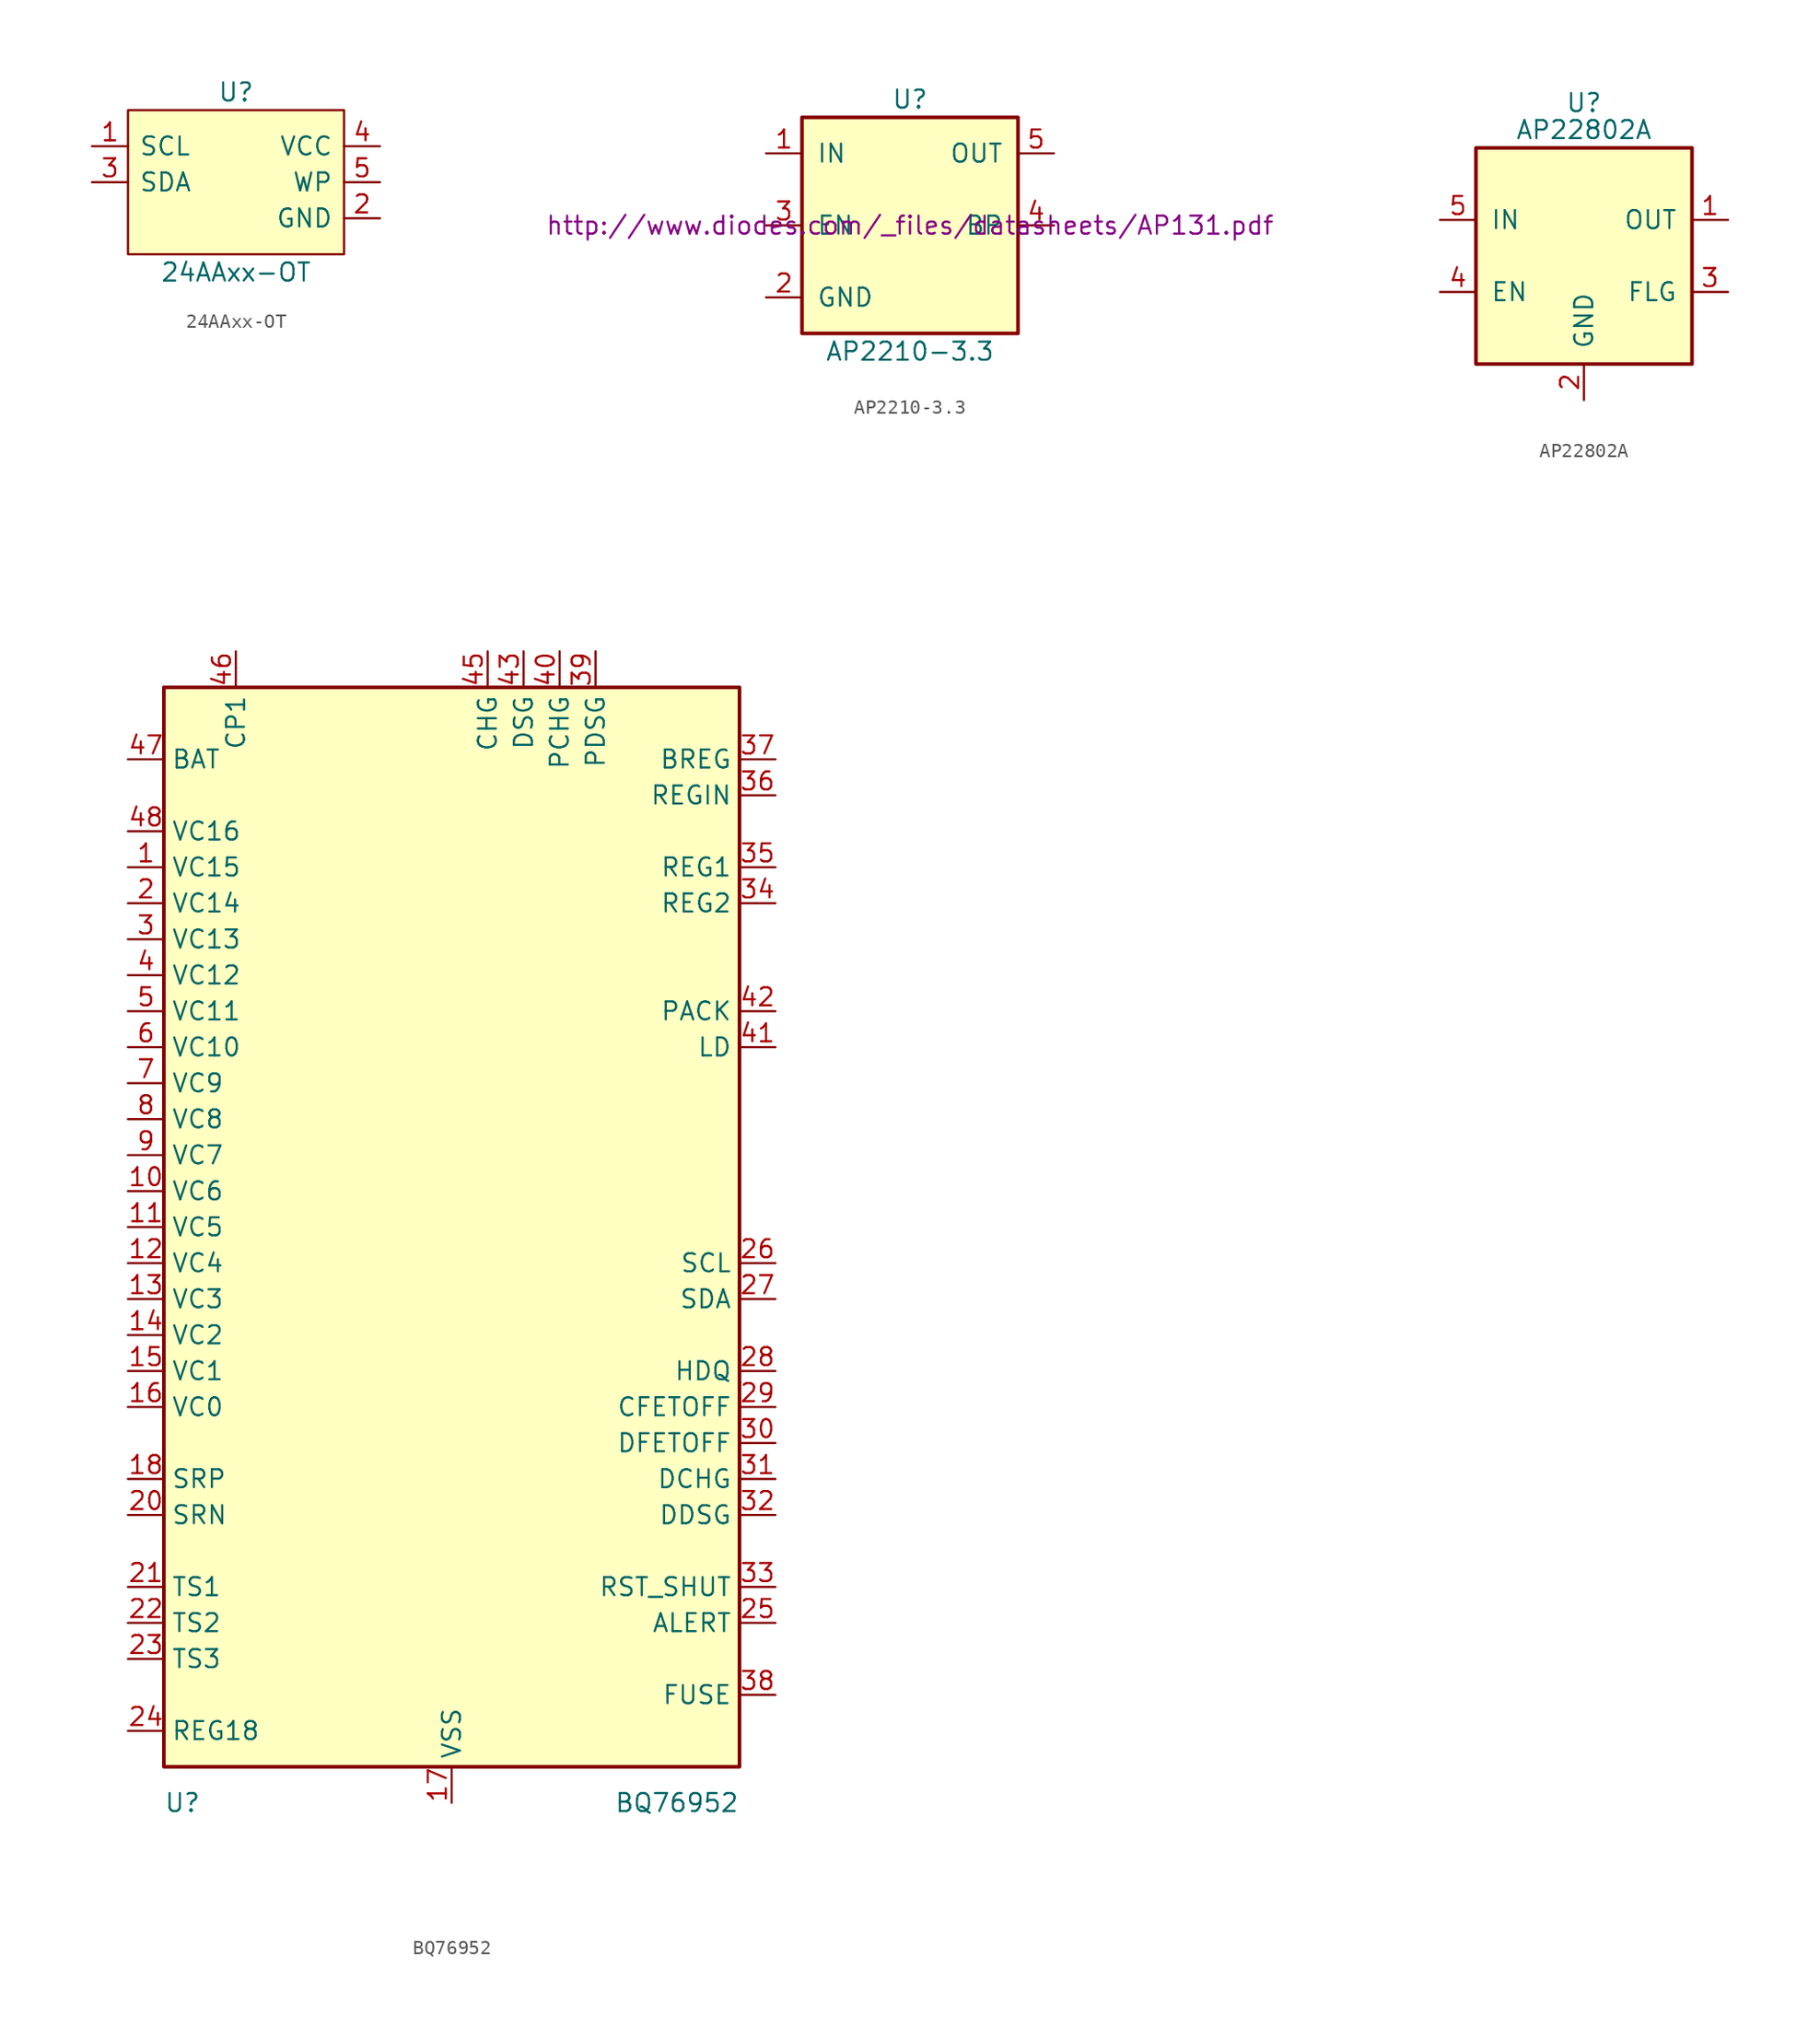
<source format=kicad_sym>
(kicad_symbol_lib
  (version 20220914)
  (generator kicad_symbol_editor)
  (symbol "24AAxx-OT"
    (pin_names
      (offset 0.762))
    (property "Reference" "U"
      (at 0 6.35 0)
      (effects (font (size 1.27 1.27))))
    (property "Value" "24AAxx-OT"
      (at 0 -6.35 0)
      (effects (font (size 1.27 1.27))))
    (property "Datasheet" ""
      (at 0 6.35 0)
      (effects (font (size 1.524 1.524))))
    (symbol "24AAxx-OT_1_0"
      (pin power_in line (at 10.16 -2.54 180) (length 2.54) (name "GND" (effects (font (size 1.27 1.27)))) (number "2" (effects (font (size 1.27 1.27)))))
      (pin power_in line (at 10.16 2.54 180) (length 2.54) (name "VCC" (effects (font (size 1.27 1.27)))) (number "4" (effects (font (size 1.27 1.27))))))
    (symbol "24AAxx-OT_1_1"
      (rectangle (start -7.62 -5.08) (end 7.62 5.08) (stroke (width 0) (type default)) (fill (type background)))
      (pin input line (at -10.16 2.54 0) (length 2.54) (name "SCL" (effects (font (size 1.27 1.27)))) (number "1" (effects (font (size 1.27 1.27)))))
      (pin bidirectional line (at -10.16 0 0) (length 2.54) (name "SDA" (effects (font (size 1.27 1.27)))) (number "3" (effects (font (size 1.27 1.27)))))
      (pin passive line (at 10.16 0 180) (length 2.54) (name "WP" (effects (font (size 1.27 1.27)))) (number "5" (effects (font (size 1.27 1.27)))))))
  (symbol "AP2210-3.3"
    (pin_names
      (offset 1.016))
    (property "Reference" "U"
      (at 0 8.89 0)
      (effects (font (size 1.27 1.27))))
    (property "Value" "AP2210-3.3"
      (at 0 -8.89 0)
      (effects (font (size 1.27 1.27))))
    (property "Datasheet" "http://www.diodes.com/_files/datasheets/AP131.pdf"
      (at 0 0 0)
      (effects (font (size 1.27 1.27))))
    (symbol "AP2210-3.3_0_1"
      (rectangle (start -7.62 7.62) (end 7.62 -7.62) (stroke (width 0.254) (type default)) (fill (type background))))
    (symbol "AP2210-3.3_1_1"
      (pin power_in line (at -10.16 5.08 0) (length 2.54) (name "IN" (effects (font (size 1.27 1.27)))) (number "1" (effects (font (size 1.27 1.27)))))
      (pin power_in line (at -10.16 -5.08 0) (length 2.54) (name "GND" (effects (font (size 1.27 1.27)))) (number "2" (effects (font (size 1.27 1.27)))))
      (pin input line (at -10.16 0 0) (length 2.54) (name "EN" (effects (font (size 1.27 1.27)))) (number "3" (effects (font (size 1.27 1.27)))))
      (pin input line (at 10.16 0 180) (length 2.54) (name "BP" (effects (font (size 1.27 1.27)))) (number "4" (effects (font (size 1.27 1.27)))))
      (pin power_out line (at 10.16 5.08 180) (length 2.54) (name "OUT" (effects (font (size 1.27 1.27)))) (number "5" (effects (font (size 1.27 1.27)))))))
  (symbol "AP22802A"
    (pin_names
      (offset 1.016))
    (property "Reference" "U"
      (at 0 10.795 0)
      (effects (font (size 1.27 1.27))))
    (property "Value" "AP22802A"
      (at 0 8.89 0)
      (effects (font (size 1.27 1.27))))
    (symbol "AP22802A_0_1"
      (rectangle (start -7.62 7.62) (end 7.62 -7.62) (stroke (width 0.254) (type default)) (fill (type background))))
    (symbol "AP22802A_1_1"
      (pin power_out line (at 10.16 2.54 180) (length 2.54) (name "OUT" (effects (font (size 1.27 1.27)))) (number "1" (effects (font (size 1.27 1.27)))))
      (pin power_in line (at 0 -10.16 90) (length 2.54) (name "GND" (effects (font (size 1.27 1.27)))) (number "2" (effects (font (size 1.27 1.27)))))
      (pin open_collector line (at 10.16 -2.54 180) (length 2.54) (name "FLG" (effects (font (size 1.27 1.27)))) (number "3" (effects (font (size 1.27 1.27)))))
      (pin input line (at -10.16 -2.54 0) (length 2.54) (name "EN" (effects (font (size 1.27 1.27)))) (number "4" (effects (font (size 1.27 1.27)))))
      (pin power_in line (at -10.16 2.54 0) (length 2.54) (name "IN" (effects (font (size 1.27 1.27)))) (number "5" (effects (font (size 1.27 1.27)))))))
  (symbol "BQ76952"
    (property "Reference" "U"
      (at -20.32 -40.64 0)
      (effects (font (size 1.27 1.27)) (justify left)))
    (property "Value" "BQ76952"
      (at 20.32 -40.64 0)
      (effects (font (size 1.27 1.27)) (justify right)))
    (symbol "BQ76952_0_0"
      (pin bidirectional line (at 22.86 -12.7 180) (length 2.54) (name "CFETOFF" (effects (font (size 1.27 1.27)))) (number "29" (effects (font (size 1.27 1.27)))))
      (pin bidirectional line (at 22.86 -15.24 180) (length 2.54) (name "DFETOFF" (effects (font (size 1.27 1.27)))) (number "30" (effects (font (size 1.27 1.27)))))
      (pin bidirectional line (at 22.86 -17.78 180) (length 2.54) (name "DCHG" (effects (font (size 1.27 1.27)))) (number "31" (effects (font (size 1.27 1.27)))))
      (pin bidirectional line (at 22.86 -20.32 180) (length 2.54) (name "DDSG" (effects (font (size 1.27 1.27)))) (number "32" (effects (font (size 1.27 1.27)))))
      (pin power_out line (at 22.86 22.86 180) (length 2.54) (name "REG2" (effects (font (size 1.27 1.27)))) (number "34" (effects (font (size 1.27 1.27)))))
      (pin output line (at 22.86 33.02 180) (length 2.54) (name "BREG" (effects (font (size 1.27 1.27)))) (number "37" (effects (font (size 1.27 1.27)))))
      (pin output line (at 10.16 40.64 270) (length 2.54) (name "PDSG" (effects (font (size 1.27 1.27)))) (number "39" (effects (font (size 1.27 1.27)))))
      (pin output line (at 7.62 40.64 270) (length 2.54) (name "PCHG" (effects (font (size 1.27 1.27)))) (number "40" (effects (font (size 1.27 1.27)))))
      (pin input line (at 22.86 15.24 180) (length 2.54) (name "PACK" (effects (font (size 1.27 1.27)))) (number "42" (effects (font (size 1.27 1.27))))))
    (symbol "BQ76952_0_1"
      (rectangle (start -20.32 38.1) (end 20.32 -38.1) (stroke (width 0.254) (type default)) (fill (type background))))
    (symbol "BQ76952_1_0"
      (pin input line (at -22.86 25.4 0) (length 2.54) (name "VC15" (effects (font (size 1.27 1.27)))) (number "1" (effects (font (size 1.27 1.27)))))
      (pin input line (at -22.86 2.54 0) (length 2.54) (name "VC6" (effects (font (size 1.27 1.27)))) (number "10" (effects (font (size 1.27 1.27)))))
      (pin input line (at -22.86 0 0) (length 2.54) (name "VC5" (effects (font (size 1.27 1.27)))) (number "11" (effects (font (size 1.27 1.27)))))
      (pin input line (at -22.86 -2.54 0) (length 2.54) (name "VC4" (effects (font (size 1.27 1.27)))) (number "12" (effects (font (size 1.27 1.27)))))
      (pin input line (at -22.86 -5.08 0) (length 2.54) (name "VC3" (effects (font (size 1.27 1.27)))) (number "13" (effects (font (size 1.27 1.27)))))
      (pin input line (at -22.86 -7.62 0) (length 2.54) (name "VC2" (effects (font (size 1.27 1.27)))) (number "14" (effects (font (size 1.27 1.27)))))
      (pin input line (at -22.86 -10.16 0) (length 2.54) (name "VC1" (effects (font (size 1.27 1.27)))) (number "15" (effects (font (size 1.27 1.27)))))
      (pin input line (at -22.86 -12.7 0) (length 2.54) (name "VC0" (effects (font (size 1.27 1.27)))) (number "16" (effects (font (size 1.27 1.27)))))
      (pin input line (at -22.86 -17.78 0) (length 2.54) (name "SRP" (effects (font (size 1.27 1.27)))) (number "18" (effects (font (size 1.27 1.27)))))
      (pin no_connect line (at 7.62 -40.64 90) (length 2.54) hide (name "NC" (effects (font (size 1.27 1.27)))) (number "19" (effects (font (size 1.27 1.27)))))
      (pin input line (at -22.86 22.86 0) (length 2.54) (name "VC14" (effects (font (size 1.27 1.27)))) (number "2" (effects (font (size 1.27 1.27)))))
      (pin input line (at -22.86 -20.32 0) (length 2.54) (name "SRN" (effects (font (size 1.27 1.27)))) (number "20" (effects (font (size 1.27 1.27)))))
      (pin input line (at -22.86 -25.4 0) (length 2.54) (name "TS1" (effects (font (size 1.27 1.27)))) (number "21" (effects (font (size 1.27 1.27)))))
      (pin input line (at -22.86 -27.94 0) (length 2.54) (name "TS2" (effects (font (size 1.27 1.27)))) (number "22" (effects (font (size 1.27 1.27)))))
      (pin input line (at -22.86 -30.48 0) (length 2.54) (name "TS3" (effects (font (size 1.27 1.27)))) (number "23" (effects (font (size 1.27 1.27)))))
      (pin power_out line (at -22.86 -35.56 0) (length 2.54) (name "REG18" (effects (font (size 1.27 1.27)))) (number "24" (effects (font (size 1.27 1.27)))))
      (pin bidirectional line (at 22.86 -27.94 180) (length 2.54) (name "ALERT" (effects (font (size 1.27 1.27)))) (number "25" (effects (font (size 1.27 1.27)))))
      (pin bidirectional line (at 22.86 -10.16 180) (length 2.54) (name "HDQ" (effects (font (size 1.27 1.27)))) (number "28" (effects (font (size 1.27 1.27)))))
      (pin input line (at -22.86 20.32 0) (length 2.54) (name "VC13" (effects (font (size 1.27 1.27)))) (number "3" (effects (font (size 1.27 1.27)))))
      (pin input line (at 22.86 -25.4 180) (length 2.54) (name "RST_SHUT" (effects (font (size 1.27 1.27)))) (number "33" (effects (font (size 1.27 1.27)))))
      (pin power_out line (at 22.86 25.4 180) (length 2.54) (name "REG1" (effects (font (size 1.27 1.27)))) (number "35" (effects (font (size 1.27 1.27)))))
      (pin power_in line (at 22.86 30.48 180) (length 2.54) (name "REGIN" (effects (font (size 1.27 1.27)))) (number "36" (effects (font (size 1.27 1.27)))))
      (pin bidirectional line (at 22.86 -33.02 180) (length 2.54) (name "FUSE" (effects (font (size 1.27 1.27)))) (number "38" (effects (font (size 1.27 1.27)))))
      (pin input line (at -22.86 17.78 0) (length 2.54) (name "VC12" (effects (font (size 1.27 1.27)))) (number "4" (effects (font (size 1.27 1.27)))))
      (pin bidirectional line (at 22.86 12.7 180) (length 2.54) (name "LD" (effects (font (size 1.27 1.27)))) (number "41" (effects (font (size 1.27 1.27)))))
      (pin no_connect line (at 10.16 -40.64 90) (length 2.54) hide (name "NC" (effects (font (size 1.27 1.27)))) (number "44" (effects (font (size 1.27 1.27)))))
      (pin bidirectional line (at -15.24 40.64 270) (length 2.54) (name "CP1" (effects (font (size 1.27 1.27)))) (number "46" (effects (font (size 1.27 1.27)))))
      (pin input line (at -22.86 33.02 0) (length 2.54) (name "BAT" (effects (font (size 1.27 1.27)))) (number "47" (effects (font (size 1.27 1.27)))))
      (pin input line (at -22.86 27.94 0) (length 2.54) (name "VC16" (effects (font (size 1.27 1.27)))) (number "48" (effects (font (size 1.27 1.27)))))
      (pin input line (at -22.86 15.24 0) (length 2.54) (name "VC11" (effects (font (size 1.27 1.27)))) (number "5" (effects (font (size 1.27 1.27)))))
      (pin input line (at -22.86 12.7 0) (length 2.54) (name "VC10" (effects (font (size 1.27 1.27)))) (number "6" (effects (font (size 1.27 1.27)))))
      (pin input line (at -22.86 10.16 0) (length 2.54) (name "VC9" (effects (font (size 1.27 1.27)))) (number "7" (effects (font (size 1.27 1.27)))))
      (pin input line (at -22.86 7.62 0) (length 2.54) (name "VC8" (effects (font (size 1.27 1.27)))) (number "8" (effects (font (size 1.27 1.27)))))
      (pin input line (at -22.86 5.08 0) (length 2.54) (name "VC7" (effects (font (size 1.27 1.27)))) (number "9" (effects (font (size 1.27 1.27))))))
    (symbol "BQ76952_1_1"
      (pin power_in line (at 0 -40.64 90) (length 2.54) (name "VSS" (effects (font (size 1.27 1.27)))) (number "17" (effects (font (size 1.27 1.27)))))
      (pin input line (at 22.86 -2.54 180) (length 2.54) (name "SCL" (effects (font (size 1.27 1.27)))) (number "26" (effects (font (size 1.27 1.27)))))
      (pin bidirectional line (at 22.86 -5.08 180) (length 2.54) (name "SDA" (effects (font (size 1.27 1.27)))) (number "27" (effects (font (size 1.27 1.27)))))
      (pin output line (at 5.08 40.64 270) (length 2.54) (name "DSG" (effects (font (size 1.27 1.27)))) (number "43" (effects (font (size 1.27 1.27)))))
      (pin output line (at 2.54 40.64 270) (length 2.54) (name "CHG" (effects (font (size 1.27 1.27)))) (number "45" (effects (font (size 1.27 1.27))))))))
</source>
